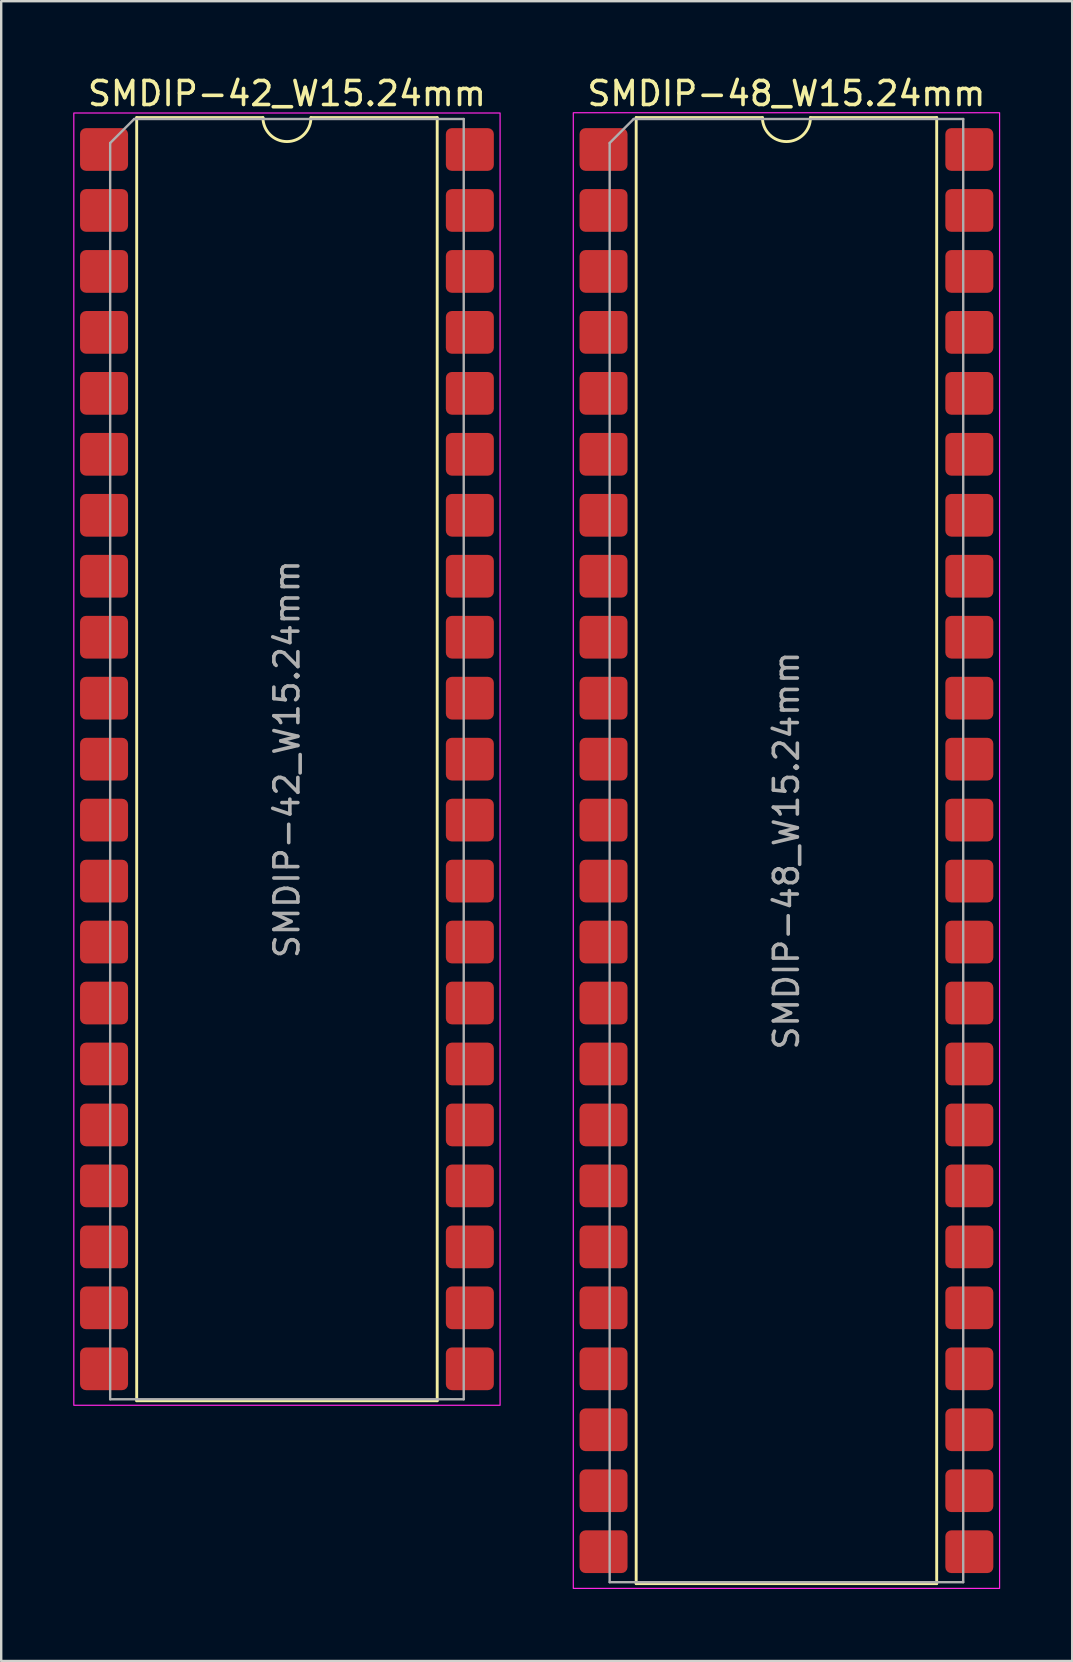
<source format=kicad_pcb>
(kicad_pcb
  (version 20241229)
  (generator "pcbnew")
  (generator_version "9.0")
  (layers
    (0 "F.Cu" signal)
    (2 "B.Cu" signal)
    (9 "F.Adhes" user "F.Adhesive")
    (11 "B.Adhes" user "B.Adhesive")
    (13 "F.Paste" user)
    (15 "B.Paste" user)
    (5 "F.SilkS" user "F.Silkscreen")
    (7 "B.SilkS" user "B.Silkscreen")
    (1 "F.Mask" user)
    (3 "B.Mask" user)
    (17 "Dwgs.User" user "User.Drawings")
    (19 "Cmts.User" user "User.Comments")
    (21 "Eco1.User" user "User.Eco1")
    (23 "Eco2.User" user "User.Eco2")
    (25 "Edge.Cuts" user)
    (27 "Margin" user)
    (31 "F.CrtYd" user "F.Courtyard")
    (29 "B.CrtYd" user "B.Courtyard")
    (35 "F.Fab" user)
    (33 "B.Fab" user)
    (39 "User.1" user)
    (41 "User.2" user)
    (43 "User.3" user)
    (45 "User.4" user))
  (footprint "SMDIP-42_W15.24mm"
    (layer "F.Cu")
    (at 8.905 28.578)
    (property "Reference" "SMDIP-42_W15.24mm" (at 0 -27.73 0) (layer "F.SilkS") (effects (font (size 1 1) (thickness 0.15))))
    (attr smd)
    (fp_line (start -6.26 -26.73) (end -6.26 26.73) (stroke (width 0.12) (type solid)) (layer "F.SilkS"))
    (fp_line (start -6.26 26.73) (end 6.26 26.73) (stroke (width 0.12) (type solid)) (layer "F.SilkS"))
    (fp_line (start -1 -26.73) (end -6.26 -26.73) (stroke (width 0.12) (type solid)) (layer "F.SilkS"))
    (fp_line (start 6.26 -26.73) (end 1 -26.73) (stroke (width 0.12) (type solid)) (layer "F.SilkS"))
    (fp_line (start 6.26 26.73) (end 6.26 -26.73) (stroke (width 0.12) (type solid)) (layer "F.SilkS"))
    (fp_arc (start 1 -26.73) (mid 0 -25.73) (end -1 -26.73) (stroke (width 0.12) (type solid)) (layer "F.SilkS"))
    (fp_rect (start -8.88 -26.92) (end 8.88 26.92) (stroke (width 0.05) (type solid)) (fill no) (layer "F.CrtYd"))
    (fp_line (start -7.365 -25.67) (end -6.365 -26.67) (stroke (width 0.1) (type solid)) (layer "F.Fab"))
    (fp_line (start -7.365 26.67) (end -7.365 -25.67) (stroke (width 0.1) (type solid)) (layer "F.Fab"))
    (fp_line (start -6.365 -26.67) (end 7.365 -26.67) (stroke (width 0.1) (type solid)) (layer "F.Fab"))
    (fp_line (start 7.365 -26.67) (end 7.365 26.67) (stroke (width 0.1) (type solid)) (layer "F.Fab"))
    (fp_line (start 7.365 26.67) (end -7.365 26.67) (stroke (width 0.1) (type solid)) (layer "F.Fab"))
    (fp_text user "${REFERENCE}" (at 0 0 90) (layer "F.Fab") (effects (font (size 1 1) (thickness 0.15))))
    (pad "1" smd roundrect (at -7.62 -25.4) (size 2 1.78) (layers "F.Cu" "F.Mask" "F.Paste") (roundrect_rratio 0.14))
    (pad "2" smd roundrect (at -7.62 -22.86) (size 2 1.78) (layers "F.Cu" "F.Mask" "F.Paste") (roundrect_rratio 0.14))
    (pad "3" smd roundrect (at -7.62 -20.32) (size 2 1.78) (layers "F.Cu" "F.Mask" "F.Paste") (roundrect_rratio 0.14))
    (pad "4" smd roundrect (at -7.62 -17.78) (size 2 1.78) (layers "F.Cu" "F.Mask" "F.Paste") (roundrect_rratio 0.14))
    (pad "5" smd roundrect (at -7.62 -15.24) (size 2 1.78) (layers "F.Cu" "F.Mask" "F.Paste") (roundrect_rratio 0.14))
    (pad "6" smd roundrect (at -7.62 -12.7) (size 2 1.78) (layers "F.Cu" "F.Mask" "F.Paste") (roundrect_rratio 0.14))
    (pad "7" smd roundrect (at -7.62 -10.16) (size 2 1.78) (layers "F.Cu" "F.Mask" "F.Paste") (roundrect_rratio 0.14))
    (pad "8" smd roundrect (at -7.62 -7.62) (size 2 1.78) (layers "F.Cu" "F.Mask" "F.Paste") (roundrect_rratio 0.14))
    (pad "9" smd roundrect (at -7.62 -5.08) (size 2 1.78) (layers "F.Cu" "F.Mask" "F.Paste") (roundrect_rratio 0.14))
    (pad "10" smd roundrect (at -7.62 -2.54) (size 2 1.78) (layers "F.Cu" "F.Mask" "F.Paste") (roundrect_rratio 0.14))
    (pad "11" smd roundrect (at -7.62 0) (size 2 1.78) (layers "F.Cu" "F.Mask" "F.Paste") (roundrect_rratio 0.14))
    (pad "12" smd roundrect (at -7.62 2.54) (size 2 1.78) (layers "F.Cu" "F.Mask" "F.Paste") (roundrect_rratio 0.14))
    (pad "13" smd roundrect (at -7.62 5.08) (size 2 1.78) (layers "F.Cu" "F.Mask" "F.Paste") (roundrect_rratio 0.14))
    (pad "14" smd roundrect (at -7.62 7.62) (size 2 1.78) (layers "F.Cu" "F.Mask" "F.Paste") (roundrect_rratio 0.14))
    (pad "15" smd roundrect (at -7.62 10.16) (size 2 1.78) (layers "F.Cu" "F.Mask" "F.Paste") (roundrect_rratio 0.14))
    (pad "16" smd roundrect (at -7.62 12.7) (size 2 1.78) (layers "F.Cu" "F.Mask" "F.Paste") (roundrect_rratio 0.14))
    (pad "17" smd roundrect (at -7.62 15.24) (size 2 1.78) (layers "F.Cu" "F.Mask" "F.Paste") (roundrect_rratio 0.14))
    (pad "18" smd roundrect (at -7.62 17.78) (size 2 1.78) (layers "F.Cu" "F.Mask" "F.Paste") (roundrect_rratio 0.14))
    (pad "19" smd roundrect (at -7.62 20.32) (size 2 1.78) (layers "F.Cu" "F.Mask" "F.Paste") (roundrect_rratio 0.14))
    (pad "20" smd roundrect (at -7.62 22.86) (size 2 1.78) (layers "F.Cu" "F.Mask" "F.Paste") (roundrect_rratio 0.14))
    (pad "21" smd roundrect (at -7.62 25.4) (size 2 1.78) (layers "F.Cu" "F.Mask" "F.Paste") (roundrect_rratio 0.14))
    (pad "22" smd roundrect (at 7.62 25.4) (size 2 1.78) (layers "F.Cu" "F.Mask" "F.Paste") (roundrect_rratio 0.14))
    (pad "23" smd roundrect (at 7.62 22.86) (size 2 1.78) (layers "F.Cu" "F.Mask" "F.Paste") (roundrect_rratio 0.14))
    (pad "24" smd roundrect (at 7.62 20.32) (size 2 1.78) (layers "F.Cu" "F.Mask" "F.Paste") (roundrect_rratio 0.14))
    (pad "25" smd roundrect (at 7.62 17.78) (size 2 1.78) (layers "F.Cu" "F.Mask" "F.Paste") (roundrect_rratio 0.14))
    (pad "26" smd roundrect (at 7.62 15.24) (size 2 1.78) (layers "F.Cu" "F.Mask" "F.Paste") (roundrect_rratio 0.14))
    (pad "27" smd roundrect (at 7.62 12.7) (size 2 1.78) (layers "F.Cu" "F.Mask" "F.Paste") (roundrect_rratio 0.14))
    (pad "28" smd roundrect (at 7.62 10.16) (size 2 1.78) (layers "F.Cu" "F.Mask" "F.Paste") (roundrect_rratio 0.14))
    (pad "29" smd roundrect (at 7.62 7.62) (size 2 1.78) (layers "F.Cu" "F.Mask" "F.Paste") (roundrect_rratio 0.14))
    (pad "30" smd roundrect (at 7.62 5.08) (size 2 1.78) (layers "F.Cu" "F.Mask" "F.Paste") (roundrect_rratio 0.14))
    (pad "31" smd roundrect (at 7.62 2.54) (size 2 1.78) (layers "F.Cu" "F.Mask" "F.Paste") (roundrect_rratio 0.14))
    (pad "32" smd roundrect (at 7.62 0) (size 2 1.78) (layers "F.Cu" "F.Mask" "F.Paste") (roundrect_rratio 0.14))
    (pad "33" smd roundrect (at 7.62 -2.54) (size 2 1.78) (layers "F.Cu" "F.Mask" "F.Paste") (roundrect_rratio 0.14))
    (pad "34" smd roundrect (at 7.62 -5.08) (size 2 1.78) (layers "F.Cu" "F.Mask" "F.Paste") (roundrect_rratio 0.14))
    (pad "35" smd roundrect (at 7.62 -7.62) (size 2 1.78) (layers "F.Cu" "F.Mask" "F.Paste") (roundrect_rratio 0.14))
    (pad "36" smd roundrect (at 7.62 -10.16) (size 2 1.78) (layers "F.Cu" "F.Mask" "F.Paste") (roundrect_rratio 0.14))
    (pad "37" smd roundrect (at 7.62 -12.7) (size 2 1.78) (layers "F.Cu" "F.Mask" "F.Paste") (roundrect_rratio 0.14))
    (pad "38" smd roundrect (at 7.62 -15.24) (size 2 1.78) (layers "F.Cu" "F.Mask" "F.Paste") (roundrect_rratio 0.14))
    (pad "39" smd roundrect (at 7.62 -17.78) (size 2 1.78) (layers "F.Cu" "F.Mask" "F.Paste") (roundrect_rratio 0.14))
    (pad "40" smd roundrect (at 7.62 -20.32) (size 2 1.78) (layers "F.Cu" "F.Mask" "F.Paste") (roundrect_rratio 0.14))
    (pad "41" smd roundrect (at 7.62 -22.86) (size 2 1.78) (layers "F.Cu" "F.Mask" "F.Paste") (roundrect_rratio 0.14))
    (pad "42" smd roundrect (at 7.62 -25.4) (size 2 1.78) (layers "F.Cu" "F.Mask" "F.Paste") (roundrect_rratio 0.14)))
  (footprint "SMDIP-48_W15.24mm"
    (layer "F.Cu")
    (at 29.715 32.388)
    (property "Reference" "SMDIP-48_W15.24mm" (at 0 -31.54 0) (layer "F.SilkS") (effects (font (size 1 1) (thickness 0.15))))
    (attr smd)
    (fp_line (start -6.26 -30.54) (end -6.26 30.54) (stroke (width 0.12) (type solid)) (layer "F.SilkS"))
    (fp_line (start -6.26 30.54) (end 6.26 30.54) (stroke (width 0.12) (type solid)) (layer "F.SilkS"))
    (fp_line (start -1 -30.54) (end -6.26 -30.54) (stroke (width 0.12) (type solid)) (layer "F.SilkS"))
    (fp_line (start 6.26 -30.54) (end 1 -30.54) (stroke (width 0.12) (type solid)) (layer "F.SilkS"))
    (fp_line (start 6.26 30.54) (end 6.26 -30.54) (stroke (width 0.12) (type solid)) (layer "F.SilkS"))
    (fp_arc (start 1 -30.54) (mid 0 -29.54) (end -1 -30.54) (stroke (width 0.12) (type solid)) (layer "F.SilkS"))
    (fp_rect (start -8.88 -30.74) (end 8.88 30.74) (stroke (width 0.05) (type solid)) (fill no) (layer "F.CrtYd"))
    (fp_line (start -7.365 -29.48) (end -6.365 -30.48) (stroke (width 0.1) (type solid)) (layer "F.Fab"))
    (fp_line (start -7.365 30.48) (end -7.365 -29.48) (stroke (width 0.1) (type solid)) (layer "F.Fab"))
    (fp_line (start -6.365 -30.48) (end 7.365 -30.48) (stroke (width 0.1) (type solid)) (layer "F.Fab"))
    (fp_line (start 7.365 -30.48) (end 7.365 30.48) (stroke (width 0.1) (type solid)) (layer "F.Fab"))
    (fp_line (start 7.365 30.48) (end -7.365 30.48) (stroke (width 0.1) (type solid)) (layer "F.Fab"))
    (fp_text user "${REFERENCE}" (at 0 0 90) (layer "F.Fab") (effects (font (size 1 1) (thickness 0.15))))
    (pad "1" smd roundrect (at -7.62 -29.21) (size 2 1.78) (layers "F.Cu" "F.Mask" "F.Paste") (roundrect_rratio 0.14))
    (pad "2" smd roundrect (at -7.62 -26.67) (size 2 1.78) (layers "F.Cu" "F.Mask" "F.Paste") (roundrect_rratio 0.14))
    (pad "3" smd roundrect (at -7.62 -24.13) (size 2 1.78) (layers "F.Cu" "F.Mask" "F.Paste") (roundrect_rratio 0.14))
    (pad "4" smd roundrect (at -7.62 -21.59) (size 2 1.78) (layers "F.Cu" "F.Mask" "F.Paste") (roundrect_rratio 0.14))
    (pad "5" smd roundrect (at -7.62 -19.05) (size 2 1.78) (layers "F.Cu" "F.Mask" "F.Paste") (roundrect_rratio 0.14))
    (pad "6" smd roundrect (at -7.62 -16.51) (size 2 1.78) (layers "F.Cu" "F.Mask" "F.Paste") (roundrect_rratio 0.14))
    (pad "7" smd roundrect (at -7.62 -13.97) (size 2 1.78) (layers "F.Cu" "F.Mask" "F.Paste") (roundrect_rratio 0.14))
    (pad "8" smd roundrect (at -7.62 -11.43) (size 2 1.78) (layers "F.Cu" "F.Mask" "F.Paste") (roundrect_rratio 0.14))
    (pad "9" smd roundrect (at -7.62 -8.89) (size 2 1.78) (layers "F.Cu" "F.Mask" "F.Paste") (roundrect_rratio 0.14))
    (pad "10" smd roundrect (at -7.62 -6.35) (size 2 1.78) (layers "F.Cu" "F.Mask" "F.Paste") (roundrect_rratio 0.14))
    (pad "11" smd roundrect (at -7.62 -3.81) (size 2 1.78) (layers "F.Cu" "F.Mask" "F.Paste") (roundrect_rratio 0.14))
    (pad "12" smd roundrect (at -7.62 -1.27) (size 2 1.78) (layers "F.Cu" "F.Mask" "F.Paste") (roundrect_rratio 0.14))
    (pad "13" smd roundrect (at -7.62 1.27) (size 2 1.78) (layers "F.Cu" "F.Mask" "F.Paste") (roundrect_rratio 0.14))
    (pad "14" smd roundrect (at -7.62 3.81) (size 2 1.78) (layers "F.Cu" "F.Mask" "F.Paste") (roundrect_rratio 0.14))
    (pad "15" smd roundrect (at -7.62 6.35) (size 2 1.78) (layers "F.Cu" "F.Mask" "F.Paste") (roundrect_rratio 0.14))
    (pad "16" smd roundrect (at -7.62 8.89) (size 2 1.78) (layers "F.Cu" "F.Mask" "F.Paste") (roundrect_rratio 0.14))
    (pad "17" smd roundrect (at -7.62 11.43) (size 2 1.78) (layers "F.Cu" "F.Mask" "F.Paste") (roundrect_rratio 0.14))
    (pad "18" smd roundrect (at -7.62 13.97) (size 2 1.78) (layers "F.Cu" "F.Mask" "F.Paste") (roundrect_rratio 0.14))
    (pad "19" smd roundrect (at -7.62 16.51) (size 2 1.78) (layers "F.Cu" "F.Mask" "F.Paste") (roundrect_rratio 0.14))
    (pad "20" smd roundrect (at -7.62 19.05) (size 2 1.78) (layers "F.Cu" "F.Mask" "F.Paste") (roundrect_rratio 0.14))
    (pad "21" smd roundrect (at -7.62 21.59) (size 2 1.78) (layers "F.Cu" "F.Mask" "F.Paste") (roundrect_rratio 0.14))
    (pad "22" smd roundrect (at -7.62 24.13) (size 2 1.78) (layers "F.Cu" "F.Mask" "F.Paste") (roundrect_rratio 0.14))
    (pad "23" smd roundrect (at -7.62 26.67) (size 2 1.78) (layers "F.Cu" "F.Mask" "F.Paste") (roundrect_rratio 0.14))
    (pad "24" smd roundrect (at -7.62 29.21) (size 2 1.78) (layers "F.Cu" "F.Mask" "F.Paste") (roundrect_rratio 0.14))
    (pad "25" smd roundrect (at 7.62 29.21) (size 2 1.78) (layers "F.Cu" "F.Mask" "F.Paste") (roundrect_rratio 0.14))
    (pad "26" smd roundrect (at 7.62 26.67) (size 2 1.78) (layers "F.Cu" "F.Mask" "F.Paste") (roundrect_rratio 0.14))
    (pad "27" smd roundrect (at 7.62 24.13) (size 2 1.78) (layers "F.Cu" "F.Mask" "F.Paste") (roundrect_rratio 0.14))
    (pad "28" smd roundrect (at 7.62 21.59) (size 2 1.78) (layers "F.Cu" "F.Mask" "F.Paste") (roundrect_rratio 0.14))
    (pad "29" smd roundrect (at 7.62 19.05) (size 2 1.78) (layers "F.Cu" "F.Mask" "F.Paste") (roundrect_rratio 0.14))
    (pad "30" smd roundrect (at 7.62 16.51) (size 2 1.78) (layers "F.Cu" "F.Mask" "F.Paste") (roundrect_rratio 0.14))
    (pad "31" smd roundrect (at 7.62 13.97) (size 2 1.78) (layers "F.Cu" "F.Mask" "F.Paste") (roundrect_rratio 0.14))
    (pad "32" smd roundrect (at 7.62 11.43) (size 2 1.78) (layers "F.Cu" "F.Mask" "F.Paste") (roundrect_rratio 0.14))
    (pad "33" smd roundrect (at 7.62 8.89) (size 2 1.78) (layers "F.Cu" "F.Mask" "F.Paste") (roundrect_rratio 0.14))
    (pad "34" smd roundrect (at 7.62 6.35) (size 2 1.78) (layers "F.Cu" "F.Mask" "F.Paste") (roundrect_rratio 0.14))
    (pad "35" smd roundrect (at 7.62 3.81) (size 2 1.78) (layers "F.Cu" "F.Mask" "F.Paste") (roundrect_rratio 0.14))
    (pad "36" smd roundrect (at 7.62 1.27) (size 2 1.78) (layers "F.Cu" "F.Mask" "F.Paste") (roundrect_rratio 0.14))
    (pad "37" smd roundrect (at 7.62 -1.27) (size 2 1.78) (layers "F.Cu" "F.Mask" "F.Paste") (roundrect_rratio 0.14))
    (pad "38" smd roundrect (at 7.62 -3.81) (size 2 1.78) (layers "F.Cu" "F.Mask" "F.Paste") (roundrect_rratio 0.14))
    (pad "39" smd roundrect (at 7.62 -6.35) (size 2 1.78) (layers "F.Cu" "F.Mask" "F.Paste") (roundrect_rratio 0.14))
    (pad "40" smd roundrect (at 7.62 -8.89) (size 2 1.78) (layers "F.Cu" "F.Mask" "F.Paste") (roundrect_rratio 0.14))
    (pad "41" smd roundrect (at 7.62 -11.43) (size 2 1.78) (layers "F.Cu" "F.Mask" "F.Paste") (roundrect_rratio 0.14))
    (pad "42" smd roundrect (at 7.62 -13.97) (size 2 1.78) (layers "F.Cu" "F.Mask" "F.Paste") (roundrect_rratio 0.14))
    (pad "43" smd roundrect (at 7.62 -16.51) (size 2 1.78) (layers "F.Cu" "F.Mask" "F.Paste") (roundrect_rratio 0.14))
    (pad "44" smd roundrect (at 7.62 -19.05) (size 2 1.78) (layers "F.Cu" "F.Mask" "F.Paste") (roundrect_rratio 0.14))
    (pad "45" smd roundrect (at 7.62 -21.59) (size 2 1.78) (layers "F.Cu" "F.Mask" "F.Paste") (roundrect_rratio 0.14))
    (pad "46" smd roundrect (at 7.62 -24.13) (size 2 1.78) (layers "F.Cu" "F.Mask" "F.Paste") (roundrect_rratio 0.14))
    (pad "47" smd roundrect (at 7.62 -26.67) (size 2 1.78) (layers "F.Cu" "F.Mask" "F.Paste") (roundrect_rratio 0.14))
    (pad "48" smd roundrect (at 7.62 -29.21) (size 2 1.78) (layers "F.Cu" "F.Mask" "F.Paste") (roundrect_rratio 0.14)))
  (gr_rect
    (start -3 -3)
    (end 41.62 66.153)
    (stroke (width 0.1) (type default))
    (fill no)
    (layer "Edge.Cuts")))
</source>
